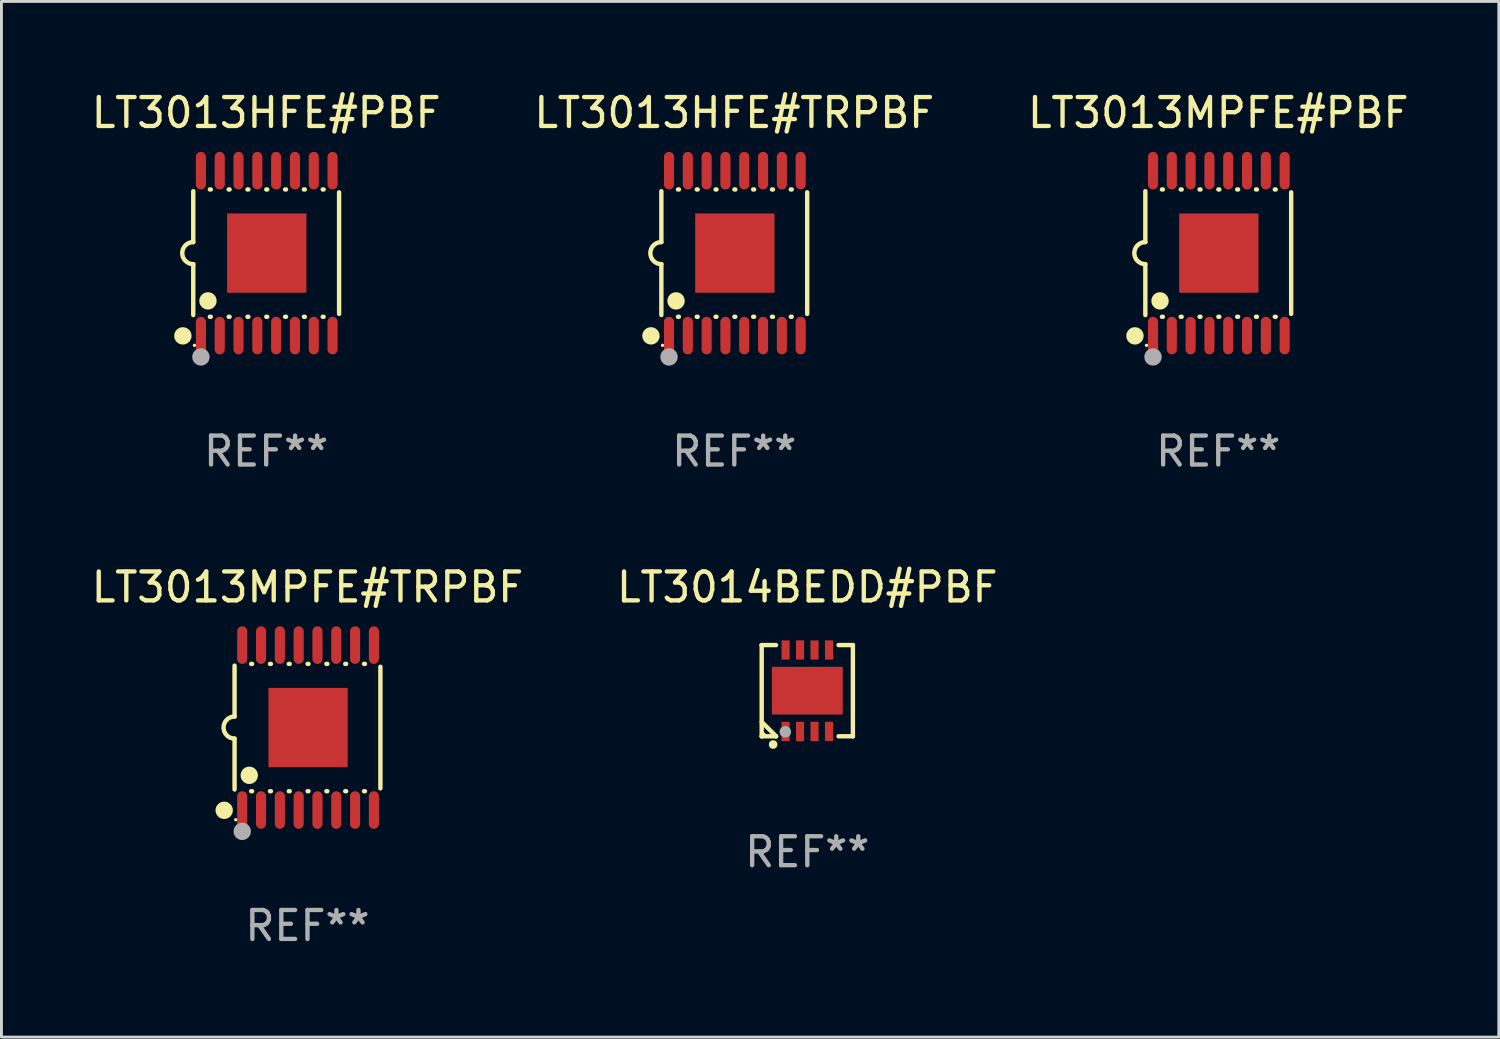
<source format=kicad_pcb>
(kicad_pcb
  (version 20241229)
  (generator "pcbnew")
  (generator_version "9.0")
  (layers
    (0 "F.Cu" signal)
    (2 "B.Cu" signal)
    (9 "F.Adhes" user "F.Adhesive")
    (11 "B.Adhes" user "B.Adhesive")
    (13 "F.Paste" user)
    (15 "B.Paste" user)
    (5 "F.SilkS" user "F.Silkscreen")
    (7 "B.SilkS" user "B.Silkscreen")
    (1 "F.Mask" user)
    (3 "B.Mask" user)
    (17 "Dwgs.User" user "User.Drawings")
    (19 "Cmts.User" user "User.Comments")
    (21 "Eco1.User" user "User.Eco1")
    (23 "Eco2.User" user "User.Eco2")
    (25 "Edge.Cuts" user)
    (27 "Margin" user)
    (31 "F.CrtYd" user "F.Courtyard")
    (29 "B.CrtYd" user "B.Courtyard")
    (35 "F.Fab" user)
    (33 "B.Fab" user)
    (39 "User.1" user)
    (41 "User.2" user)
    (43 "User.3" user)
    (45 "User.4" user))
  (footprint "LT3013HFE#TRPBF"
    (layer "F.Cu")
    (at 22.327 5.698)
    (property "Reference" "LT3013HFE#TRPBF" (at 0 -4.85 0) (layer "F.SilkS") (effects (font (size 1 1) (thickness 0.15))))
    (attr through_hole)
    (fp_line (start -2.52 -2.14) (end -2.52 -0.381) (stroke (width 0.152) (type solid)) (layer "F.SilkS"))
    (fp_line (start -2.52 2.14) (end -2.52 0.381) (stroke (width 0.152) (type solid)) (layer "F.SilkS"))
    (fp_line (start -1.946 -2.2) (end -1.914 -2.2) (stroke (width 0.152) (type solid)) (layer "F.SilkS"))
    (fp_line (start -1.946 2.2) (end -1.914 2.2) (stroke (width 0.152) (type solid)) (layer "F.SilkS"))
    (fp_line (start -1.296 -2.2) (end -1.264 -2.2) (stroke (width 0.152) (type solid)) (layer "F.SilkS"))
    (fp_line (start -1.296 2.2) (end -1.264 2.2) (stroke (width 0.152) (type solid)) (layer "F.SilkS"))
    (fp_line (start -0.646 -2.2) (end -0.614 -2.2) (stroke (width 0.152) (type solid)) (layer "F.SilkS"))
    (fp_line (start -0.646 2.2) (end -0.614 2.2) (stroke (width 0.152) (type solid)) (layer "F.SilkS"))
    (fp_line (start 0.004 -2.2) (end 0.036 -2.2) (stroke (width 0.152) (type solid)) (layer "F.SilkS"))
    (fp_line (start 0.004 2.2) (end 0.036 2.2) (stroke (width 0.152) (type solid)) (layer "F.SilkS"))
    (fp_line (start 0.654 -2.2) (end 0.686 -2.2) (stroke (width 0.152) (type solid)) (layer "F.SilkS"))
    (fp_line (start 0.654 2.2) (end 0.686 2.2) (stroke (width 0.152) (type solid)) (layer "F.SilkS"))
    (fp_line (start 1.304 -2.2) (end 1.336 -2.2) (stroke (width 0.152) (type solid)) (layer "F.SilkS"))
    (fp_line (start 1.304 2.2) (end 1.336 2.2) (stroke (width 0.152) (type solid)) (layer "F.SilkS"))
    (fp_line (start 1.954 -2.2) (end 1.986 -2.2) (stroke (width 0.152) (type solid)) (layer "F.SilkS"))
    (fp_line (start 1.954 2.2) (end 1.986 2.2) (stroke (width 0.152) (type solid)) (layer "F.SilkS"))
    (fp_line (start 2.52 -2.101) (end 2.52 2.101) (stroke (width 0.152) (type solid)) (layer "F.SilkS"))
    (fp_arc (start -2.520003 0.381001) (mid -2.901004 0) (end -2.520003 -0.381001) (stroke (width 0.151994) (type solid)) (layer "F.SilkS"))
    (fp_circle (center -2.879 2.86) (end -2.729 2.86) (stroke (width 0.3) (type solid)) (fill no) (layer "F.SilkS"))
    (fp_circle (center -2.48 3.187) (end -2.45 3.187) (stroke (width 0.06) (type solid)) (fill no) (layer "F.SilkS"))
    (fp_circle (center -2.012 1.651) (end -1.862 1.651) (stroke (width 0.3) (type solid)) (fill no) (layer "F.SilkS"))
    (fp_circle (center -2.255 3.588) (end -2.105 3.588) (stroke (width 0.3) (type solid)) (fill no) (layer "F.Fab"))
    (fp_text user "REF**" (at 0 6.85 0) (layer "F.Fab") (effects (font (size 1 1) (thickness 0.15))))
    (pad "1" smd oval (at -2.255 2.85) (size 0.35 1.3) (layers "F.Cu" "F.Mask" "F.Paste"))
    (pad "2" smd oval (at -1.605 2.85) (size 0.35 1.3) (layers "F.Cu" "F.Mask" "F.Paste"))
    (pad "3" smd oval (at -0.955 2.85) (size 0.35 1.3) (layers "F.Cu" "F.Mask" "F.Paste"))
    (pad "4" smd oval (at -0.305 2.85) (size 0.35 1.3) (layers "F.Cu" "F.Mask" "F.Paste"))
    (pad "5" smd oval (at 0.345 2.85) (size 0.35 1.3) (layers "F.Cu" "F.Mask" "F.Paste"))
    (pad "6" smd oval (at 0.995 2.85) (size 0.35 1.3) (layers "F.Cu" "F.Mask" "F.Paste"))
    (pad "7" smd oval (at 1.645 2.85) (size 0.35 1.3) (layers "F.Cu" "F.Mask" "F.Paste"))
    (pad "8" smd oval (at 2.295 2.85) (size 0.35 1.3) (layers "F.Cu" "F.Mask" "F.Paste"))
    (pad "9" smd oval (at 2.295 -2.85) (size 0.35 1.3) (layers "F.Cu" "F.Mask" "F.Paste"))
    (pad "10" smd oval (at 1.645 -2.85) (size 0.35 1.3) (layers "F.Cu" "F.Mask" "F.Paste"))
    (pad "11" smd oval (at 0.995 -2.85) (size 0.35 1.3) (layers "F.Cu" "F.Mask" "F.Paste"))
    (pad "12" smd oval (at 0.345 -2.85) (size 0.35 1.3) (layers "F.Cu" "F.Mask" "F.Paste"))
    (pad "13" smd oval (at -0.305 -2.85) (size 0.35 1.3) (layers "F.Cu" "F.Mask" "F.Paste"))
    (pad "14" smd oval (at -0.955 -2.85) (size 0.35 1.3) (layers "F.Cu" "F.Mask" "F.Paste"))
    (pad "15" smd oval (at -1.605 -2.85) (size 0.35 1.3) (layers "F.Cu" "F.Mask" "F.Paste"))
    (pad "16" smd oval (at -2.255 -2.85) (size 0.35 1.3) (layers "F.Cu" "F.Mask" "F.Paste"))
    (pad "17" smd rect (at 0.02 0) (size 2.74 2.74) (layers "F.Cu" "F.Mask" "F.Paste")))
  (footprint "LT3014BEDD#PBF"
    (layer "F.Cu")
    (at 24.851 20.821)
    (property "Reference" "LT3014BEDD#PBF" (at 0 -3.576 0) (layer "F.SilkS") (effects (font (size 1 1) (thickness 0.15))))
    (attr through_hole)
    (fp_line (start -1.576 -1.576) (end -1.576 -1.576) (stroke (width 0.152) (type solid)) (layer "F.SilkS"))
    (fp_line (start -1.576 -1.576) (end -1.08 -1.576) (stroke (width 0.152) (type solid)) (layer "F.SilkS"))
    (fp_line (start -1.576 1.576) (end -1.576 -1.576) (stroke (width 0.152) (type solid)) (layer "F.SilkS"))
    (fp_line (start -1.576 1.576) (end -1.576 1.576) (stroke (width 0.152) (type solid)) (layer "F.SilkS"))
    (fp_line (start -1.08 1.575) (end -1.576 1.079) (stroke (width 0.152) (type solid)) (layer "F.SilkS"))
    (fp_line (start -1.08 1.576) (end -1.576 1.576) (stroke (width 0.152) (type solid)) (layer "F.SilkS"))
    (fp_line (start -1.08 1.576) (end -1.08 1.575) (stroke (width 0.152) (type solid)) (layer "F.SilkS"))
    (fp_line (start 1.08 1.576) (end 1.576 1.576) (stroke (width 0.152) (type solid)) (layer "F.SilkS"))
    (fp_line (start 1.576 -1.576) (end 1.08 -1.576) (stroke (width 0.152) (type solid)) (layer "F.SilkS"))
    (fp_line (start 1.576 -1.576) (end 1.576 -1.576) (stroke (width 0.152) (type solid)) (layer "F.SilkS"))
    (fp_line (start 1.576 1.576) (end 1.576 -1.576) (stroke (width 0.152) (type solid)) (layer "F.SilkS"))
    (fp_line (start 1.576 1.576) (end 1.576 1.576) (stroke (width 0.152) (type solid)) (layer "F.SilkS"))
    (fp_circle (center -1.5 1.5) (end -1.47 1.5) (stroke (width 0.06) (type solid)) (fill no) (layer "F.SilkS"))
    (fp_circle (center -1.18 1.86) (end -1.105 1.86) (stroke (width 0.15) (type solid)) (fill no) (layer "F.SilkS"))
    (fp_circle (center -0.76 1.42) (end -0.66 1.42) (stroke (width 0.2) (type solid)) (fill no) (layer "F.Fab"))
    (fp_text user "REF**" (at 0 5.576 0) (layer "F.Fab") (effects (font (size 1 1) (thickness 0.15))))
    (pad "1" smd rect (at -0.75 1.407) (size 0.28 0.665) (layers "F.Cu" "F.Mask" "F.Paste"))
    (pad "2" smd rect (at -0.25 1.407) (size 0.28 0.665) (layers "F.Cu" "F.Mask" "F.Paste"))
    (pad "3" smd rect (at 0.25 1.407) (size 0.28 0.665) (layers "F.Cu" "F.Mask" "F.Paste"))
    (pad "4" smd rect (at 0.75 1.407) (size 0.28 0.665) (layers "F.Cu" "F.Mask" "F.Paste"))
    (pad "5" smd rect (at 0.75 -1.407) (size 0.28 0.665) (layers "F.Cu" "F.Mask" "F.Paste"))
    (pad "6" smd rect (at 0.25 -1.407) (size 0.28 0.665) (layers "F.Cu" "F.Mask" "F.Paste"))
    (pad "7" smd rect (at -0.25 -1.407) (size 0.28 0.665) (layers "F.Cu" "F.Mask" "F.Paste"))
    (pad "8" smd rect (at -0.75 -1.407) (size 0.28 0.665) (layers "F.Cu" "F.Mask" "F.Paste"))
    (pad "9" smd rect (at 0 0) (size 2.45 1.65) (layers "F.Cu" "F.Mask" "F.Paste")))
  (footprint "LT3013MPFE#PBF"
    (layer "F.Cu")
    (at 39.054 5.698)
    (property "Reference" "LT3013MPFE#PBF" (at 0 -4.85 0) (layer "F.SilkS") (effects (font (size 1 1) (thickness 0.15))))
    (attr through_hole)
    (fp_line (start -2.52 -2.14) (end -2.52 -0.381) (stroke (width 0.152) (type solid)) (layer "F.SilkS"))
    (fp_line (start -2.52 2.14) (end -2.52 0.381) (stroke (width 0.152) (type solid)) (layer "F.SilkS"))
    (fp_line (start -1.946 -2.2) (end -1.914 -2.2) (stroke (width 0.152) (type solid)) (layer "F.SilkS"))
    (fp_line (start -1.946 2.2) (end -1.914 2.2) (stroke (width 0.152) (type solid)) (layer "F.SilkS"))
    (fp_line (start -1.296 -2.2) (end -1.264 -2.2) (stroke (width 0.152) (type solid)) (layer "F.SilkS"))
    (fp_line (start -1.296 2.2) (end -1.264 2.2) (stroke (width 0.152) (type solid)) (layer "F.SilkS"))
    (fp_line (start -0.646 -2.2) (end -0.614 -2.2) (stroke (width 0.152) (type solid)) (layer "F.SilkS"))
    (fp_line (start -0.646 2.2) (end -0.614 2.2) (stroke (width 0.152) (type solid)) (layer "F.SilkS"))
    (fp_line (start 0.004 -2.2) (end 0.036 -2.2) (stroke (width 0.152) (type solid)) (layer "F.SilkS"))
    (fp_line (start 0.004 2.2) (end 0.036 2.2) (stroke (width 0.152) (type solid)) (layer "F.SilkS"))
    (fp_line (start 0.654 -2.2) (end 0.686 -2.2) (stroke (width 0.152) (type solid)) (layer "F.SilkS"))
    (fp_line (start 0.654 2.2) (end 0.686 2.2) (stroke (width 0.152) (type solid)) (layer "F.SilkS"))
    (fp_line (start 1.304 -2.2) (end 1.336 -2.2) (stroke (width 0.152) (type solid)) (layer "F.SilkS"))
    (fp_line (start 1.304 2.2) (end 1.336 2.2) (stroke (width 0.152) (type solid)) (layer "F.SilkS"))
    (fp_line (start 1.954 -2.2) (end 1.986 -2.2) (stroke (width 0.152) (type solid)) (layer "F.SilkS"))
    (fp_line (start 1.954 2.2) (end 1.986 2.2) (stroke (width 0.152) (type solid)) (layer "F.SilkS"))
    (fp_line (start 2.52 -2.101) (end 2.52 2.101) (stroke (width 0.152) (type solid)) (layer "F.SilkS"))
    (fp_arc (start -2.520003 0.381001) (mid -2.901004 0) (end -2.520003 -0.381001) (stroke (width 0.151994) (type solid)) (layer "F.SilkS"))
    (fp_circle (center -2.879 2.86) (end -2.729 2.86) (stroke (width 0.3) (type solid)) (fill no) (layer "F.SilkS"))
    (fp_circle (center -2.48 3.187) (end -2.45 3.187) (stroke (width 0.06) (type solid)) (fill no) (layer "F.SilkS"))
    (fp_circle (center -2.012 1.651) (end -1.862 1.651) (stroke (width 0.3) (type solid)) (fill no) (layer "F.SilkS"))
    (fp_circle (center -2.255 3.588) (end -2.105 3.588) (stroke (width 0.3) (type solid)) (fill no) (layer "F.Fab"))
    (fp_text user "REF**" (at 0 6.85 0) (layer "F.Fab") (effects (font (size 1 1) (thickness 0.15))))
    (pad "1" smd oval (at -2.255 2.85) (size 0.35 1.3) (layers "F.Cu" "F.Mask" "F.Paste"))
    (pad "2" smd oval (at -1.605 2.85) (size 0.35 1.3) (layers "F.Cu" "F.Mask" "F.Paste"))
    (pad "3" smd oval (at -0.955 2.85) (size 0.35 1.3) (layers "F.Cu" "F.Mask" "F.Paste"))
    (pad "4" smd oval (at -0.305 2.85) (size 0.35 1.3) (layers "F.Cu" "F.Mask" "F.Paste"))
    (pad "5" smd oval (at 0.345 2.85) (size 0.35 1.3) (layers "F.Cu" "F.Mask" "F.Paste"))
    (pad "6" smd oval (at 0.995 2.85) (size 0.35 1.3) (layers "F.Cu" "F.Mask" "F.Paste"))
    (pad "7" smd oval (at 1.645 2.85) (size 0.35 1.3) (layers "F.Cu" "F.Mask" "F.Paste"))
    (pad "8" smd oval (at 2.295 2.85) (size 0.35 1.3) (layers "F.Cu" "F.Mask" "F.Paste"))
    (pad "9" smd oval (at 2.295 -2.85) (size 0.35 1.3) (layers "F.Cu" "F.Mask" "F.Paste"))
    (pad "10" smd oval (at 1.645 -2.85) (size 0.35 1.3) (layers "F.Cu" "F.Mask" "F.Paste"))
    (pad "11" smd oval (at 0.995 -2.85) (size 0.35 1.3) (layers "F.Cu" "F.Mask" "F.Paste"))
    (pad "12" smd oval (at 0.345 -2.85) (size 0.35 1.3) (layers "F.Cu" "F.Mask" "F.Paste"))
    (pad "13" smd oval (at -0.305 -2.85) (size 0.35 1.3) (layers "F.Cu" "F.Mask" "F.Paste"))
    (pad "14" smd oval (at -0.955 -2.85) (size 0.35 1.3) (layers "F.Cu" "F.Mask" "F.Paste"))
    (pad "15" smd oval (at -1.605 -2.85) (size 0.35 1.3) (layers "F.Cu" "F.Mask" "F.Paste"))
    (pad "16" smd oval (at -2.255 -2.85) (size 0.35 1.3) (layers "F.Cu" "F.Mask" "F.Paste"))
    (pad "17" smd rect (at 0.02 0) (size 2.74 2.74) (layers "F.Cu" "F.Mask" "F.Paste")))
  (footprint "LT3013MPFE#TRPBF"
    (layer "F.Cu")
    (at 7.577 22.095)
    (property "Reference" "LT3013MPFE#TRPBF" (at 0 -4.85 0) (layer "F.SilkS") (effects (font (size 1 1) (thickness 0.15))))
    (attr through_hole)
    (fp_line (start -2.52 -2.14) (end -2.52 -0.381) (stroke (width 0.152) (type solid)) (layer "F.SilkS"))
    (fp_line (start -2.52 2.14) (end -2.52 0.381) (stroke (width 0.152) (type solid)) (layer "F.SilkS"))
    (fp_line (start -1.946 -2.2) (end -1.914 -2.2) (stroke (width 0.152) (type solid)) (layer "F.SilkS"))
    (fp_line (start -1.946 2.2) (end -1.914 2.2) (stroke (width 0.152) (type solid)) (layer "F.SilkS"))
    (fp_line (start -1.296 -2.2) (end -1.264 -2.2) (stroke (width 0.152) (type solid)) (layer "F.SilkS"))
    (fp_line (start -1.296 2.2) (end -1.264 2.2) (stroke (width 0.152) (type solid)) (layer "F.SilkS"))
    (fp_line (start -0.646 -2.2) (end -0.614 -2.2) (stroke (width 0.152) (type solid)) (layer "F.SilkS"))
    (fp_line (start -0.646 2.2) (end -0.614 2.2) (stroke (width 0.152) (type solid)) (layer "F.SilkS"))
    (fp_line (start 0.004 -2.2) (end 0.036 -2.2) (stroke (width 0.152) (type solid)) (layer "F.SilkS"))
    (fp_line (start 0.004 2.2) (end 0.036 2.2) (stroke (width 0.152) (type solid)) (layer "F.SilkS"))
    (fp_line (start 0.654 -2.2) (end 0.686 -2.2) (stroke (width 0.152) (type solid)) (layer "F.SilkS"))
    (fp_line (start 0.654 2.2) (end 0.686 2.2) (stroke (width 0.152) (type solid)) (layer "F.SilkS"))
    (fp_line (start 1.304 -2.2) (end 1.336 -2.2) (stroke (width 0.152) (type solid)) (layer "F.SilkS"))
    (fp_line (start 1.304 2.2) (end 1.336 2.2) (stroke (width 0.152) (type solid)) (layer "F.SilkS"))
    (fp_line (start 1.954 -2.2) (end 1.986 -2.2) (stroke (width 0.152) (type solid)) (layer "F.SilkS"))
    (fp_line (start 1.954 2.2) (end 1.986 2.2) (stroke (width 0.152) (type solid)) (layer "F.SilkS"))
    (fp_line (start 2.52 -2.101) (end 2.52 2.101) (stroke (width 0.152) (type solid)) (layer "F.SilkS"))
    (fp_arc (start -2.520003 0.381001) (mid -2.901004 0) (end -2.520003 -0.381001) (stroke (width 0.151994) (type solid)) (layer "F.SilkS"))
    (fp_circle (center -2.879 2.86) (end -2.729 2.86) (stroke (width 0.3) (type solid)) (fill no) (layer "F.SilkS"))
    (fp_circle (center -2.48 3.187) (end -2.45 3.187) (stroke (width 0.06) (type solid)) (fill no) (layer "F.SilkS"))
    (fp_circle (center -2.012 1.651) (end -1.862 1.651) (stroke (width 0.3) (type solid)) (fill no) (layer "F.SilkS"))
    (fp_circle (center -2.255 3.588) (end -2.105 3.588) (stroke (width 0.3) (type solid)) (fill no) (layer "F.Fab"))
    (fp_text user "REF**" (at 0 6.85 0) (layer "F.Fab") (effects (font (size 1 1) (thickness 0.15))))
    (pad "1" smd oval (at -2.255 2.85) (size 0.35 1.3) (layers "F.Cu" "F.Mask" "F.Paste"))
    (pad "2" smd oval (at -1.605 2.85) (size 0.35 1.3) (layers "F.Cu" "F.Mask" "F.Paste"))
    (pad "3" smd oval (at -0.955 2.85) (size 0.35 1.3) (layers "F.Cu" "F.Mask" "F.Paste"))
    (pad "4" smd oval (at -0.305 2.85) (size 0.35 1.3) (layers "F.Cu" "F.Mask" "F.Paste"))
    (pad "5" smd oval (at 0.345 2.85) (size 0.35 1.3) (layers "F.Cu" "F.Mask" "F.Paste"))
    (pad "6" smd oval (at 0.995 2.85) (size 0.35 1.3) (layers "F.Cu" "F.Mask" "F.Paste"))
    (pad "7" smd oval (at 1.645 2.85) (size 0.35 1.3) (layers "F.Cu" "F.Mask" "F.Paste"))
    (pad "8" smd oval (at 2.295 2.85) (size 0.35 1.3) (layers "F.Cu" "F.Mask" "F.Paste"))
    (pad "9" smd oval (at 2.295 -2.85) (size 0.35 1.3) (layers "F.Cu" "F.Mask" "F.Paste"))
    (pad "10" smd oval (at 1.645 -2.85) (size 0.35 1.3) (layers "F.Cu" "F.Mask" "F.Paste"))
    (pad "11" smd oval (at 0.995 -2.85) (size 0.35 1.3) (layers "F.Cu" "F.Mask" "F.Paste"))
    (pad "12" smd oval (at 0.345 -2.85) (size 0.35 1.3) (layers "F.Cu" "F.Mask" "F.Paste"))
    (pad "13" smd oval (at -0.305 -2.85) (size 0.35 1.3) (layers "F.Cu" "F.Mask" "F.Paste"))
    (pad "14" smd oval (at -0.955 -2.85) (size 0.35 1.3) (layers "F.Cu" "F.Mask" "F.Paste"))
    (pad "15" smd oval (at -1.605 -2.85) (size 0.35 1.3) (layers "F.Cu" "F.Mask" "F.Paste"))
    (pad "16" smd oval (at -2.255 -2.85) (size 0.35 1.3) (layers "F.Cu" "F.Mask" "F.Paste"))
    (pad "17" smd rect (at 0.02 0) (size 2.74 2.74) (layers "F.Cu" "F.Mask" "F.Paste")))
  (footprint "LT3013HFE#PBF"
    (layer "F.Cu")
    (at 6.149 5.698)
    (property "Reference" "LT3013HFE#PBF" (at 0 -4.85 0) (layer "F.SilkS") (effects (font (size 1 1) (thickness 0.15))))
    (attr through_hole)
    (fp_line (start -2.52 -2.14) (end -2.52 -0.381) (stroke (width 0.152) (type solid)) (layer "F.SilkS"))
    (fp_line (start -2.52 2.14) (end -2.52 0.381) (stroke (width 0.152) (type solid)) (layer "F.SilkS"))
    (fp_line (start -1.946 -2.2) (end -1.914 -2.2) (stroke (width 0.152) (type solid)) (layer "F.SilkS"))
    (fp_line (start -1.946 2.2) (end -1.914 2.2) (stroke (width 0.152) (type solid)) (layer "F.SilkS"))
    (fp_line (start -1.296 -2.2) (end -1.264 -2.2) (stroke (width 0.152) (type solid)) (layer "F.SilkS"))
    (fp_line (start -1.296 2.2) (end -1.264 2.2) (stroke (width 0.152) (type solid)) (layer "F.SilkS"))
    (fp_line (start -0.646 -2.2) (end -0.614 -2.2) (stroke (width 0.152) (type solid)) (layer "F.SilkS"))
    (fp_line (start -0.646 2.2) (end -0.614 2.2) (stroke (width 0.152) (type solid)) (layer "F.SilkS"))
    (fp_line (start 0.004 -2.2) (end 0.036 -2.2) (stroke (width 0.152) (type solid)) (layer "F.SilkS"))
    (fp_line (start 0.004 2.2) (end 0.036 2.2) (stroke (width 0.152) (type solid)) (layer "F.SilkS"))
    (fp_line (start 0.654 -2.2) (end 0.686 -2.2) (stroke (width 0.152) (type solid)) (layer "F.SilkS"))
    (fp_line (start 0.654 2.2) (end 0.686 2.2) (stroke (width 0.152) (type solid)) (layer "F.SilkS"))
    (fp_line (start 1.304 -2.2) (end 1.336 -2.2) (stroke (width 0.152) (type solid)) (layer "F.SilkS"))
    (fp_line (start 1.304 2.2) (end 1.336 2.2) (stroke (width 0.152) (type solid)) (layer "F.SilkS"))
    (fp_line (start 1.954 -2.2) (end 1.986 -2.2) (stroke (width 0.152) (type solid)) (layer "F.SilkS"))
    (fp_line (start 1.954 2.2) (end 1.986 2.2) (stroke (width 0.152) (type solid)) (layer "F.SilkS"))
    (fp_line (start 2.52 -2.101) (end 2.52 2.101) (stroke (width 0.152) (type solid)) (layer "F.SilkS"))
    (fp_arc (start -2.520003 0.381001) (mid -2.901004 0) (end -2.520003 -0.381001) (stroke (width 0.151994) (type solid)) (layer "F.SilkS"))
    (fp_circle (center -2.879 2.86) (end -2.729 2.86) (stroke (width 0.3) (type solid)) (fill no) (layer "F.SilkS"))
    (fp_circle (center -2.48 3.187) (end -2.45 3.187) (stroke (width 0.06) (type solid)) (fill no) (layer "F.SilkS"))
    (fp_circle (center -2.012 1.651) (end -1.862 1.651) (stroke (width 0.3) (type solid)) (fill no) (layer "F.SilkS"))
    (fp_circle (center -2.255 3.588) (end -2.105 3.588) (stroke (width 0.3) (type solid)) (fill no) (layer "F.Fab"))
    (fp_text user "REF**" (at 0 6.85 0) (layer "F.Fab") (effects (font (size 1 1) (thickness 0.15))))
    (pad "1" smd oval (at -2.255 2.85) (size 0.35 1.3) (layers "F.Cu" "F.Mask" "F.Paste"))
    (pad "2" smd oval (at -1.605 2.85) (size 0.35 1.3) (layers "F.Cu" "F.Mask" "F.Paste"))
    (pad "3" smd oval (at -0.955 2.85) (size 0.35 1.3) (layers "F.Cu" "F.Mask" "F.Paste"))
    (pad "4" smd oval (at -0.305 2.85) (size 0.35 1.3) (layers "F.Cu" "F.Mask" "F.Paste"))
    (pad "5" smd oval (at 0.345 2.85) (size 0.35 1.3) (layers "F.Cu" "F.Mask" "F.Paste"))
    (pad "6" smd oval (at 0.995 2.85) (size 0.35 1.3) (layers "F.Cu" "F.Mask" "F.Paste"))
    (pad "7" smd oval (at 1.645 2.85) (size 0.35 1.3) (layers "F.Cu" "F.Mask" "F.Paste"))
    (pad "8" smd oval (at 2.295 2.85) (size 0.35 1.3) (layers "F.Cu" "F.Mask" "F.Paste"))
    (pad "9" smd oval (at 2.295 -2.85) (size 0.35 1.3) (layers "F.Cu" "F.Mask" "F.Paste"))
    (pad "10" smd oval (at 1.645 -2.85) (size 0.35 1.3) (layers "F.Cu" "F.Mask" "F.Paste"))
    (pad "11" smd oval (at 0.995 -2.85) (size 0.35 1.3) (layers "F.Cu" "F.Mask" "F.Paste"))
    (pad "12" smd oval (at 0.345 -2.85) (size 0.35 1.3) (layers "F.Cu" "F.Mask" "F.Paste"))
    (pad "13" smd oval (at -0.305 -2.85) (size 0.35 1.3) (layers "F.Cu" "F.Mask" "F.Paste"))
    (pad "14" smd oval (at -0.955 -2.85) (size 0.35 1.3) (layers "F.Cu" "F.Mask" "F.Paste"))
    (pad "15" smd oval (at -1.605 -2.85) (size 0.35 1.3) (layers "F.Cu" "F.Mask" "F.Paste"))
    (pad "16" smd oval (at -2.255 -2.85) (size 0.35 1.3) (layers "F.Cu" "F.Mask" "F.Paste"))
    (pad "17" smd rect (at 0.02 0) (size 2.74 2.74) (layers "F.Cu" "F.Mask" "F.Paste")))
  (gr_rect
    (start -3 -3)
    (end 48.75 32.793)
    (stroke (width 0.1) (type default))
    (fill no)
    (layer "Edge.Cuts")))
</source>
